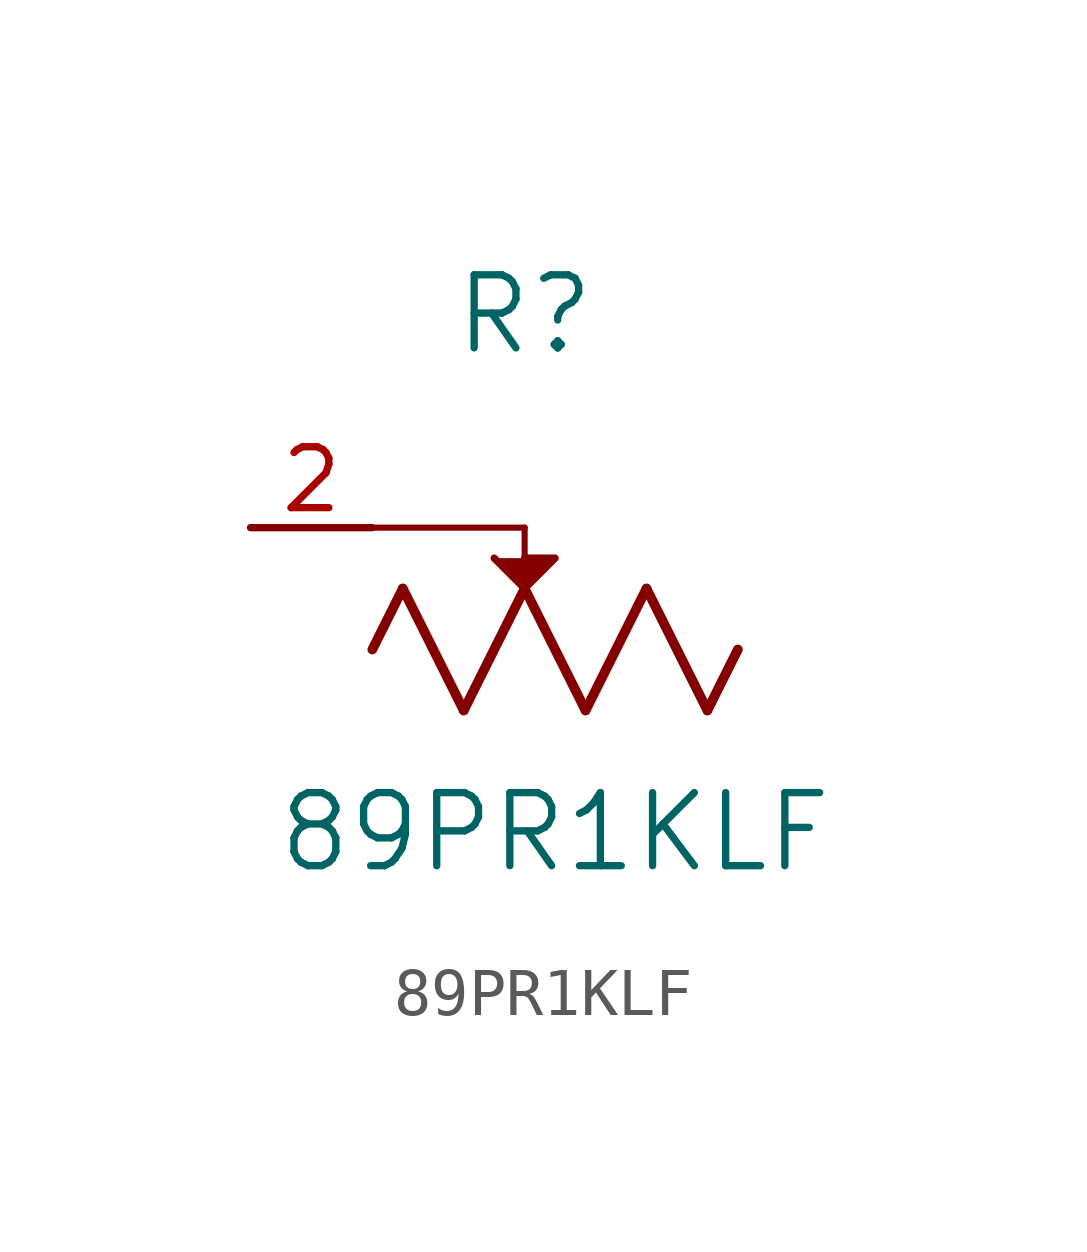
<source format=kicad_sym>
(kicad_symbol_lib
  (version 20211014)
  (generator kicad_symbol_editor)
  (symbol "89PR1KLF"
    (pin_names
      (offset 0.254))
    (property "Reference" "R"
      (at 5.715 6.985 0)
      (effects (font (size 1.524 1.524))))
    (property "Value" "89PR1KLF"
      (at 6.35 -3.81 0)
      (effects (font (size 1.524 1.524))))
    (polyline
      (pts (xy 3.175 1.27) (xy 4.445 -1.27))
      (stroke (width 0.203) (type default) (color 0 0 0 0))
      (fill (type none)))
    (polyline
      (pts (xy 4.445 -1.27) (xy 5.715 1.27))
      (stroke (width 0.203) (type default) (color 0 0 0 0))
      (fill (type none)))
    (polyline
      (pts (xy 5.715 1.27) (xy 6.985 -1.27))
      (stroke (width 0.203) (type default) (color 0 0 0 0))
      (fill (type none)))
    (polyline
      (pts (xy 6.985 -1.27) (xy 8.255 1.27))
      (stroke (width 0.203) (type default) (color 0 0 0 0))
      (fill (type none)))
    (polyline
      (pts (xy 8.255 1.27) (xy 9.525 -1.27))
      (stroke (width 0.203) (type default) (color 0 0 0 0))
      (fill (type none)))
    (polyline
      (pts (xy 2.54 0) (xy 3.175 1.27))
      (stroke (width 0.203) (type default) (color 0 0 0 0))
      (fill (type none)))
    (polyline
      (pts (xy 9.525 -1.27) (xy 10.16 0))
      (stroke (width 0.203) (type default) (color 0 0 0 0))
      (fill (type none)))
    (polyline
      (pts (xy 2.54 2.54) (xy 5.715 2.54))
      (stroke (width 0.127) (type default) (color 0 0 0 0))
      (fill (type none)))
    (polyline
      (pts (xy 5.715 2.54) (xy 5.715 1.27))
      (stroke (width 0.127) (type default) (color 0 0 0 0))
      (fill (type none)))
    (polyline
      (pts (xy 5.08 1.905) (xy 5.715 1.27) (xy 6.35 1.905) (xy 5.715 1.905))
      (stroke (width 0) (type default) (color 0 0 0 0))
      (fill (type outline)))
    (pin unspecified line
      (at 2.54 2.54 180)
      (length 2.54)
      (name "" (effects (font (size 1.27 1.27))))
      (number "2" (effects (font (size 1.27 1.27)))))))
</source>
